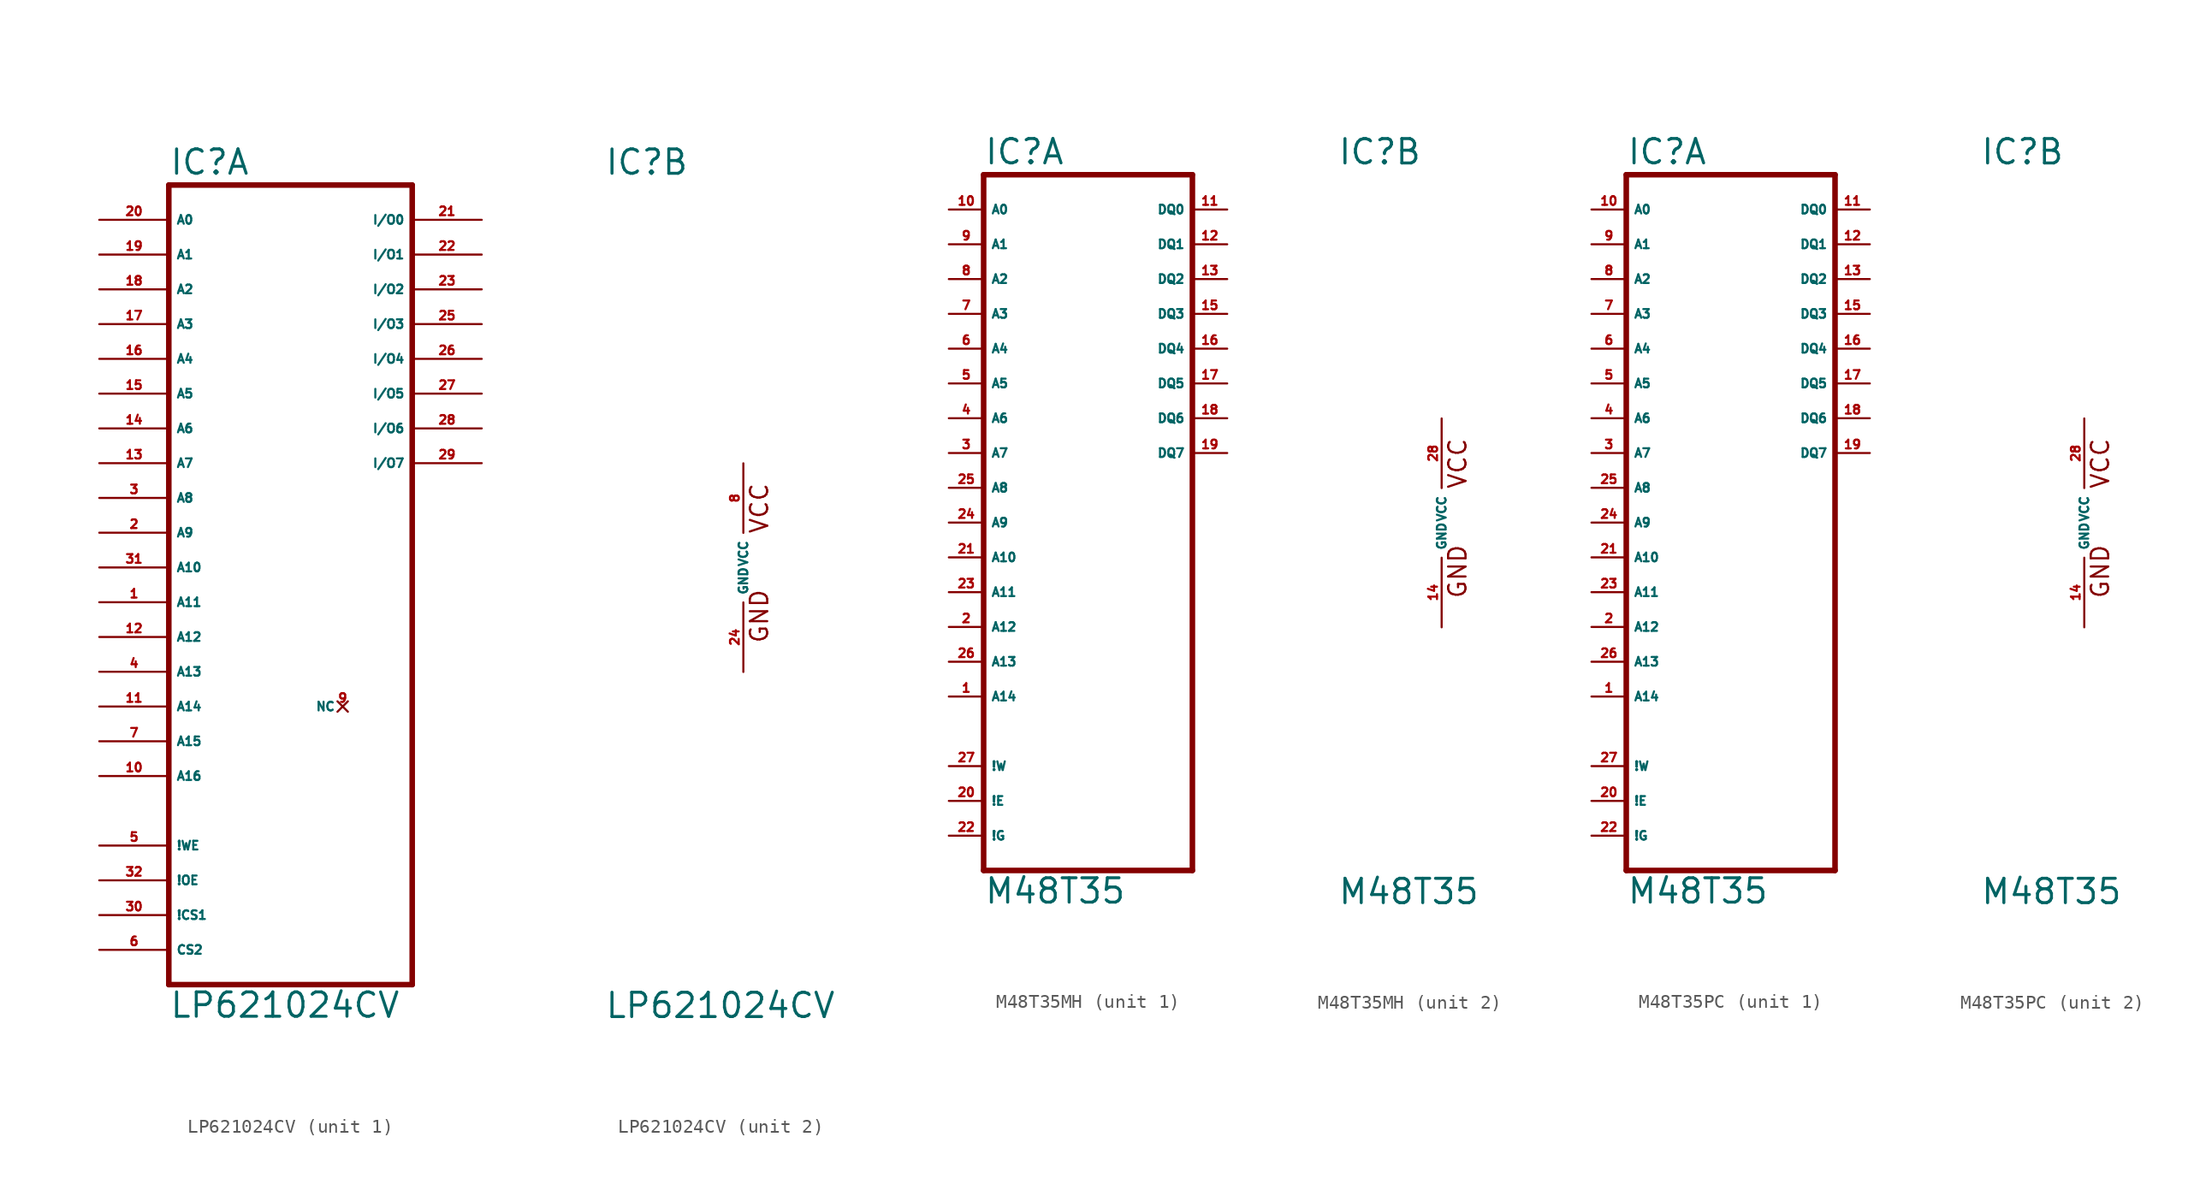
<source format=kicad_sym>
(kicad_symbol_lib
  (version 20220914)
  (generator Eagle2Kicad)
  (symbol "LP621024CV"
    (property "Reference" "IC"
      (at -10.16 28.575 0)
      (effects (font (size 1.778 1.778) (thickness 0.22)) (justify left bottom)))
    (property "Value" "LP621024CV"
      (at -10.16 -33.02 0)
      (effects (font (size 1.778 1.778) (thickness 0.22)) (justify left bottom)))
    (symbol "LP621024CV_1_0"
      (polyline (pts (xy -10.16 -30.48) (xy 7.62 -30.48)) (stroke (width 0.406) (type default)) (fill (type none)))
      (polyline (pts (xy 7.62 27.94) (xy 7.62 -30.48)) (stroke (width 0.406) (type default)) (fill (type none)))
      (polyline (pts (xy 7.62 27.94) (xy -10.16 27.94)) (stroke (width 0.406) (type default)) (fill (type none)))
      (polyline (pts (xy -10.16 -30.48) (xy -10.16 27.94)) (stroke (width 0.406) (type default)) (fill (type none)))
      (pin input line (at -15.24 25.4 0) (length 5.08) (name "A0" (effects (font (size 0.635 0.635) (thickness 0.08)) (justify left bottom))) (number "20" (effects (font (size 0.635 0.635) (thickness 0.08)) (justify left bottom))))
      (pin input line (at -15.24 22.86 0) (length 5.08) (name "A1" (effects (font (size 0.635 0.635) (thickness 0.08)) (justify left bottom))) (number "19" (effects (font (size 0.635 0.635) (thickness 0.08)) (justify left bottom))))
      (pin input line (at -15.24 20.32 0) (length 5.08) (name "A2" (effects (font (size 0.635 0.635) (thickness 0.08)) (justify left bottom))) (number "18" (effects (font (size 0.635 0.635) (thickness 0.08)) (justify left bottom))))
      (pin input line (at -15.24 17.78 0) (length 5.08) (name "A3" (effects (font (size 0.635 0.635) (thickness 0.08)) (justify left bottom))) (number "17" (effects (font (size 0.635 0.635) (thickness 0.08)) (justify left bottom))))
      (pin input line (at -15.24 15.24 0) (length 5.08) (name "A4" (effects (font (size 0.635 0.635) (thickness 0.08)) (justify left bottom))) (number "16" (effects (font (size 0.635 0.635) (thickness 0.08)) (justify left bottom))))
      (pin input line (at -15.24 12.7 0) (length 5.08) (name "A5" (effects (font (size 0.635 0.635) (thickness 0.08)) (justify left bottom))) (number "15" (effects (font (size 0.635 0.635) (thickness 0.08)) (justify left bottom))))
      (pin input line (at -15.24 10.16 0) (length 5.08) (name "A6" (effects (font (size 0.635 0.635) (thickness 0.08)) (justify left bottom))) (number "14" (effects (font (size 0.635 0.635) (thickness 0.08)) (justify left bottom))))
      (pin input line (at -15.24 7.62 0) (length 5.08) (name "A7" (effects (font (size 0.635 0.635) (thickness 0.08)) (justify left bottom))) (number "13" (effects (font (size 0.635 0.635) (thickness 0.08)) (justify left bottom))))
      (pin input line (at -15.24 5.08 0) (length 5.08) (name "A8" (effects (font (size 0.635 0.635) (thickness 0.08)) (justify left bottom))) (number "3" (effects (font (size 0.635 0.635) (thickness 0.08)) (justify left bottom))))
      (pin input line (at -15.24 2.54 0) (length 5.08) (name "A9" (effects (font (size 0.635 0.635) (thickness 0.08)) (justify left bottom))) (number "2" (effects (font (size 0.635 0.635) (thickness 0.08)) (justify left bottom))))
      (pin input line (at -15.24 0 0) (length 5.08) (name "A10" (effects (font (size 0.635 0.635) (thickness 0.08)) (justify left bottom))) (number "31" (effects (font (size 0.635 0.635) (thickness 0.08)) (justify left bottom))))
      (pin input line (at -15.24 -2.54 0) (length 5.08) (name "A11" (effects (font (size 0.635 0.635) (thickness 0.08)) (justify left bottom))) (number "1" (effects (font (size 0.635 0.635) (thickness 0.08)) (justify left bottom))))
      (pin input line (at -15.24 -5.08 0) (length 5.08) (name "A12" (effects (font (size 0.635 0.635) (thickness 0.08)) (justify left bottom))) (number "12" (effects (font (size 0.635 0.635) (thickness 0.08)) (justify left bottom))))
      (pin input line (at -15.24 -7.62 0) (length 5.08) (name "A13" (effects (font (size 0.635 0.635) (thickness 0.08)) (justify left bottom))) (number "4" (effects (font (size 0.635 0.635) (thickness 0.08)) (justify left bottom))))
      (pin input line (at -15.24 -10.16 0) (length 5.08) (name "A14" (effects (font (size 0.635 0.635) (thickness 0.08)) (justify left bottom))) (number "11" (effects (font (size 0.635 0.635) (thickness 0.08)) (justify left bottom))))
      (pin input line (at -15.24 -12.7 0) (length 5.08) (name "A15" (effects (font (size 0.635 0.635) (thickness 0.08)) (justify left bottom))) (number "7" (effects (font (size 0.635 0.635) (thickness 0.08)) (justify left bottom))))
      (pin input line (at -15.24 -15.24 0) (length 5.08) (name "A16" (effects (font (size 0.635 0.635) (thickness 0.08)) (justify left bottom))) (number "10" (effects (font (size 0.635 0.635) (thickness 0.08)) (justify left bottom))))
      (pin input line (at -15.24 -20.32 0) (length 5.08) (name "!WE" (effects (font (size 0.635 0.635) (thickness 0.08)) (justify left bottom))) (number "5" (effects (font (size 0.635 0.635) (thickness 0.08)) (justify left bottom))))
      (pin input line (at -15.24 -22.86 0) (length 5.08) (name "!OE" (effects (font (size 0.635 0.635) (thickness 0.08)) (justify left bottom))) (number "32" (effects (font (size 0.635 0.635) (thickness 0.08)) (justify left bottom))))
      (pin input line (at -15.24 -25.4 0) (length 5.08) (name "!CS1" (effects (font (size 0.635 0.635) (thickness 0.08)) (justify left bottom))) (number "30" (effects (font (size 0.635 0.635) (thickness 0.08)) (justify left bottom))))
      (pin bidirectional line (at 12.7 25.4 180) (length 5.08) (name "I/O0" (effects (font (size 0.635 0.635) (thickness 0.08)) (justify left bottom))) (number "21" (effects (font (size 0.635 0.635) (thickness 0.08)) (justify left bottom))))
      (pin bidirectional line (at 12.7 22.86 180) (length 5.08) (name "I/O1" (effects (font (size 0.635 0.635) (thickness 0.08)) (justify left bottom))) (number "22" (effects (font (size 0.635 0.635) (thickness 0.08)) (justify left bottom))))
      (pin bidirectional line (at 12.7 20.32 180) (length 5.08) (name "I/O2" (effects (font (size 0.635 0.635) (thickness 0.08)) (justify left bottom))) (number "23" (effects (font (size 0.635 0.635) (thickness 0.08)) (justify left bottom))))
      (pin bidirectional line (at 12.7 17.78 180) (length 5.08) (name "I/O3" (effects (font (size 0.635 0.635) (thickness 0.08)) (justify left bottom))) (number "25" (effects (font (size 0.635 0.635) (thickness 0.08)) (justify left bottom))))
      (pin bidirectional line (at 12.7 15.24 180) (length 5.08) (name "I/O4" (effects (font (size 0.635 0.635) (thickness 0.08)) (justify left bottom))) (number "26" (effects (font (size 0.635 0.635) (thickness 0.08)) (justify left bottom))))
      (pin bidirectional line (at 12.7 12.7 180) (length 5.08) (name "I/O5" (effects (font (size 0.635 0.635) (thickness 0.08)) (justify left bottom))) (number "27" (effects (font (size 0.635 0.635) (thickness 0.08)) (justify left bottom))))
      (pin bidirectional line (at 12.7 10.16 180) (length 5.08) (name "I/O6" (effects (font (size 0.635 0.635) (thickness 0.08)) (justify left bottom))) (number "28" (effects (font (size 0.635 0.635) (thickness 0.08)) (justify left bottom))))
      (pin bidirectional line (at 12.7 7.62 180) (length 5.08) (name "I/O7" (effects (font (size 0.635 0.635) (thickness 0.08)) (justify left bottom))) (number "29" (effects (font (size 0.635 0.635) (thickness 0.08)) (justify left bottom))))
      (pin no_connect line (at 2.54 -10.16 180) (length 0) (name "NC" (effects (font (size 0.635 0.635) (thickness 0.08)) (justify left bottom) hide)) (number "9" (effects (font (size 0.635 0.635) (thickness 0.08)) (justify left bottom) hide)))
      (pin input line (at -15.24 -27.94 0) (length 5.08) (name "CS2" (effects (font (size 0.635 0.635) (thickness 0.08)) (justify left bottom))) (number "6" (effects (font (size 0.635 0.635) (thickness 0.08)) (justify left bottom)))))
    (symbol "LP621024CV_2_0"
      (text "GND" (at 1.905 -5.588 900) (effects (font (size 1.27 1.27) (thickness 0.16)) (justify left bottom)))
      (text "VCC" (at 1.905 2.413 900) (effects (font (size 1.27 1.27) (thickness 0.16)) (justify left bottom)))
      (pin unspecified line (at 0 -7.62 90) (length 5.08) (name "GND" (effects (font (size 0.635 0.635) (thickness 0.08)) (justify left bottom))) (number "24" (effects (font (size 0.635 0.635) (thickness 0.08)) (justify left bottom))))
      (pin unspecified line (at 0 7.62 270) (length 5.08) (name "VCC" (effects (font (size 0.635 0.635) (thickness 0.08)) (justify left bottom))) (number "8" (effects (font (size 0.635 0.635) (thickness 0.08)) (justify left bottom))))))
  (symbol "M48T35MH"
    (property "Reference" "IC"
      (at -7.62 26.035 0)
      (effects (font (size 1.778 1.778) (thickness 0.22)) (justify left bottom)))
    (property "Value" "M48T35"
      (at -7.62 -27.94 0)
      (effects (font (size 1.778 1.778) (thickness 0.22)) (justify left bottom)))
    (symbol "M48T35MH_1_0"
      (polyline (pts (xy -7.62 -25.4) (xy 7.62 -25.4)) (stroke (width 0.406) (type default)) (fill (type none)))
      (polyline (pts (xy 7.62 25.4) (xy 7.62 -25.4)) (stroke (width 0.406) (type default)) (fill (type none)))
      (polyline (pts (xy 7.62 25.4) (xy -7.62 25.4)) (stroke (width 0.406) (type default)) (fill (type none)))
      (polyline (pts (xy -7.62 -25.4) (xy -7.62 25.4)) (stroke (width 0.406) (type default)) (fill (type none)))
      (pin input line (at -10.16 22.86 0) (length 2.54) (name "A0" (effects (font (size 0.635 0.635) (thickness 0.08)) (justify left bottom))) (number "10" (effects (font (size 0.635 0.635) (thickness 0.08)) (justify left bottom))))
      (pin input line (at -10.16 20.32 0) (length 2.54) (name "A1" (effects (font (size 0.635 0.635) (thickness 0.08)) (justify left bottom))) (number "9" (effects (font (size 0.635 0.635) (thickness 0.08)) (justify left bottom))))
      (pin input line (at -10.16 17.78 0) (length 2.54) (name "A2" (effects (font (size 0.635 0.635) (thickness 0.08)) (justify left bottom))) (number "8" (effects (font (size 0.635 0.635) (thickness 0.08)) (justify left bottom))))
      (pin input line (at -10.16 15.24 0) (length 2.54) (name "A3" (effects (font (size 0.635 0.635) (thickness 0.08)) (justify left bottom))) (number "7" (effects (font (size 0.635 0.635) (thickness 0.08)) (justify left bottom))))
      (pin input line (at -10.16 12.7 0) (length 2.54) (name "A4" (effects (font (size 0.635 0.635) (thickness 0.08)) (justify left bottom))) (number "6" (effects (font (size 0.635 0.635) (thickness 0.08)) (justify left bottom))))
      (pin input line (at -10.16 10.16 0) (length 2.54) (name "A5" (effects (font (size 0.635 0.635) (thickness 0.08)) (justify left bottom))) (number "5" (effects (font (size 0.635 0.635) (thickness 0.08)) (justify left bottom))))
      (pin input line (at -10.16 7.62 0) (length 2.54) (name "A6" (effects (font (size 0.635 0.635) (thickness 0.08)) (justify left bottom))) (number "4" (effects (font (size 0.635 0.635) (thickness 0.08)) (justify left bottom))))
      (pin input line (at -10.16 5.08 0) (length 2.54) (name "A7" (effects (font (size 0.635 0.635) (thickness 0.08)) (justify left bottom))) (number "3" (effects (font (size 0.635 0.635) (thickness 0.08)) (justify left bottom))))
      (pin input line (at -10.16 2.54 0) (length 2.54) (name "A8" (effects (font (size 0.635 0.635) (thickness 0.08)) (justify left bottom))) (number "25" (effects (font (size 0.635 0.635) (thickness 0.08)) (justify left bottom))))
      (pin input line (at -10.16 0 0) (length 2.54) (name "A9" (effects (font (size 0.635 0.635) (thickness 0.08)) (justify left bottom))) (number "24" (effects (font (size 0.635 0.635) (thickness 0.08)) (justify left bottom))))
      (pin input line (at -10.16 -2.54 0) (length 2.54) (name "A10" (effects (font (size 0.635 0.635) (thickness 0.08)) (justify left bottom))) (number "21" (effects (font (size 0.635 0.635) (thickness 0.08)) (justify left bottom))))
      (pin input line (at -10.16 -5.08 0) (length 2.54) (name "A11" (effects (font (size 0.635 0.635) (thickness 0.08)) (justify left bottom))) (number "23" (effects (font (size 0.635 0.635) (thickness 0.08)) (justify left bottom))))
      (pin input line (at -10.16 -7.62 0) (length 2.54) (name "A12" (effects (font (size 0.635 0.635) (thickness 0.08)) (justify left bottom))) (number "2" (effects (font (size 0.635 0.635) (thickness 0.08)) (justify left bottom))))
      (pin input line (at -10.16 -10.16 0) (length 2.54) (name "A13" (effects (font (size 0.635 0.635) (thickness 0.08)) (justify left bottom))) (number "26" (effects (font (size 0.635 0.635) (thickness 0.08)) (justify left bottom))))
      (pin input line (at -10.16 -12.7 0) (length 2.54) (name "A14" (effects (font (size 0.635 0.635) (thickness 0.08)) (justify left bottom))) (number "1" (effects (font (size 0.635 0.635) (thickness 0.08)) (justify left bottom))))
      (pin input line (at -10.16 -17.78 0) (length 2.54) (name "!W" (effects (font (size 0.635 0.635) (thickness 0.08)) (justify left bottom))) (number "27" (effects (font (size 0.635 0.635) (thickness 0.08)) (justify left bottom))))
      (pin input line (at -10.16 -20.32 0) (length 2.54) (name "!E" (effects (font (size 0.635 0.635) (thickness 0.08)) (justify left bottom))) (number "20" (effects (font (size 0.635 0.635) (thickness 0.08)) (justify left bottom))))
      (pin input line (at -10.16 -22.86 0) (length 2.54) (name "!G" (effects (font (size 0.635 0.635) (thickness 0.08)) (justify left bottom))) (number "22" (effects (font (size 0.635 0.635) (thickness 0.08)) (justify left bottom))))
      (pin bidirectional line (at 10.16 22.86 180) (length 2.54) (name "DQ0" (effects (font (size 0.635 0.635) (thickness 0.08)) (justify left bottom))) (number "11" (effects (font (size 0.635 0.635) (thickness 0.08)) (justify left bottom))))
      (pin bidirectional line (at 10.16 20.32 180) (length 2.54) (name "DQ1" (effects (font (size 0.635 0.635) (thickness 0.08)) (justify left bottom))) (number "12" (effects (font (size 0.635 0.635) (thickness 0.08)) (justify left bottom))))
      (pin bidirectional line (at 10.16 17.78 180) (length 2.54) (name "DQ2" (effects (font (size 0.635 0.635) (thickness 0.08)) (justify left bottom))) (number "13" (effects (font (size 0.635 0.635) (thickness 0.08)) (justify left bottom))))
      (pin bidirectional line (at 10.16 15.24 180) (length 2.54) (name "DQ3" (effects (font (size 0.635 0.635) (thickness 0.08)) (justify left bottom))) (number "15" (effects (font (size 0.635 0.635) (thickness 0.08)) (justify left bottom))))
      (pin bidirectional line (at 10.16 12.7 180) (length 2.54) (name "DQ4" (effects (font (size 0.635 0.635) (thickness 0.08)) (justify left bottom))) (number "16" (effects (font (size 0.635 0.635) (thickness 0.08)) (justify left bottom))))
      (pin bidirectional line (at 10.16 10.16 180) (length 2.54) (name "DQ5" (effects (font (size 0.635 0.635) (thickness 0.08)) (justify left bottom))) (number "17" (effects (font (size 0.635 0.635) (thickness 0.08)) (justify left bottom))))
      (pin bidirectional line (at 10.16 7.62 180) (length 2.54) (name "DQ6" (effects (font (size 0.635 0.635) (thickness 0.08)) (justify left bottom))) (number "18" (effects (font (size 0.635 0.635) (thickness 0.08)) (justify left bottom))))
      (pin bidirectional line (at 10.16 5.08 180) (length 2.54) (name "DQ7" (effects (font (size 0.635 0.635) (thickness 0.08)) (justify left bottom))) (number "19" (effects (font (size 0.635 0.635) (thickness 0.08)) (justify left bottom)))))
    (symbol "M48T35MH_2_0"
      (text "GND" (at 1.905 -5.588 900) (effects (font (size 1.27 1.27) (thickness 0.16)) (justify left bottom)))
      (text "VCC" (at 1.905 2.413 900) (effects (font (size 1.27 1.27) (thickness 0.16)) (justify left bottom)))
      (pin unspecified line (at 0 -7.62 90) (length 5.08) (name "GND" (effects (font (size 0.635 0.635) (thickness 0.08)) (justify left bottom))) (number "14" (effects (font (size 0.635 0.635) (thickness 0.08)) (justify left bottom))))
      (pin unspecified line (at 0 7.62 270) (length 5.08) (name "VCC" (effects (font (size 0.635 0.635) (thickness 0.08)) (justify left bottom))) (number "28" (effects (font (size 0.635 0.635) (thickness 0.08)) (justify left bottom))))))
  (symbol "M48T35PC"
    (property "Reference" "IC"
      (at -7.62 26.035 0)
      (effects (font (size 1.778 1.778) (thickness 0.22)) (justify left bottom)))
    (property "Value" "M48T35"
      (at -7.62 -27.94 0)
      (effects (font (size 1.778 1.778) (thickness 0.22)) (justify left bottom)))
    (symbol "M48T35PC_1_0"
      (polyline (pts (xy -7.62 -25.4) (xy 7.62 -25.4)) (stroke (width 0.406) (type default)) (fill (type none)))
      (polyline (pts (xy 7.62 25.4) (xy 7.62 -25.4)) (stroke (width 0.406) (type default)) (fill (type none)))
      (polyline (pts (xy 7.62 25.4) (xy -7.62 25.4)) (stroke (width 0.406) (type default)) (fill (type none)))
      (polyline (pts (xy -7.62 -25.4) (xy -7.62 25.4)) (stroke (width 0.406) (type default)) (fill (type none)))
      (pin input line (at -10.16 22.86 0) (length 2.54) (name "A0" (effects (font (size 0.635 0.635) (thickness 0.08)) (justify left bottom))) (number "10" (effects (font (size 0.635 0.635) (thickness 0.08)) (justify left bottom))))
      (pin input line (at -10.16 20.32 0) (length 2.54) (name "A1" (effects (font (size 0.635 0.635) (thickness 0.08)) (justify left bottom))) (number "9" (effects (font (size 0.635 0.635) (thickness 0.08)) (justify left bottom))))
      (pin input line (at -10.16 17.78 0) (length 2.54) (name "A2" (effects (font (size 0.635 0.635) (thickness 0.08)) (justify left bottom))) (number "8" (effects (font (size 0.635 0.635) (thickness 0.08)) (justify left bottom))))
      (pin input line (at -10.16 15.24 0) (length 2.54) (name "A3" (effects (font (size 0.635 0.635) (thickness 0.08)) (justify left bottom))) (number "7" (effects (font (size 0.635 0.635) (thickness 0.08)) (justify left bottom))))
      (pin input line (at -10.16 12.7 0) (length 2.54) (name "A4" (effects (font (size 0.635 0.635) (thickness 0.08)) (justify left bottom))) (number "6" (effects (font (size 0.635 0.635) (thickness 0.08)) (justify left bottom))))
      (pin input line (at -10.16 10.16 0) (length 2.54) (name "A5" (effects (font (size 0.635 0.635) (thickness 0.08)) (justify left bottom))) (number "5" (effects (font (size 0.635 0.635) (thickness 0.08)) (justify left bottom))))
      (pin input line (at -10.16 7.62 0) (length 2.54) (name "A6" (effects (font (size 0.635 0.635) (thickness 0.08)) (justify left bottom))) (number "4" (effects (font (size 0.635 0.635) (thickness 0.08)) (justify left bottom))))
      (pin input line (at -10.16 5.08 0) (length 2.54) (name "A7" (effects (font (size 0.635 0.635) (thickness 0.08)) (justify left bottom))) (number "3" (effects (font (size 0.635 0.635) (thickness 0.08)) (justify left bottom))))
      (pin input line (at -10.16 2.54 0) (length 2.54) (name "A8" (effects (font (size 0.635 0.635) (thickness 0.08)) (justify left bottom))) (number "25" (effects (font (size 0.635 0.635) (thickness 0.08)) (justify left bottom))))
      (pin input line (at -10.16 0 0) (length 2.54) (name "A9" (effects (font (size 0.635 0.635) (thickness 0.08)) (justify left bottom))) (number "24" (effects (font (size 0.635 0.635) (thickness 0.08)) (justify left bottom))))
      (pin input line (at -10.16 -2.54 0) (length 2.54) (name "A10" (effects (font (size 0.635 0.635) (thickness 0.08)) (justify left bottom))) (number "21" (effects (font (size 0.635 0.635) (thickness 0.08)) (justify left bottom))))
      (pin input line (at -10.16 -5.08 0) (length 2.54) (name "A11" (effects (font (size 0.635 0.635) (thickness 0.08)) (justify left bottom))) (number "23" (effects (font (size 0.635 0.635) (thickness 0.08)) (justify left bottom))))
      (pin input line (at -10.16 -7.62 0) (length 2.54) (name "A12" (effects (font (size 0.635 0.635) (thickness 0.08)) (justify left bottom))) (number "2" (effects (font (size 0.635 0.635) (thickness 0.08)) (justify left bottom))))
      (pin input line (at -10.16 -10.16 0) (length 2.54) (name "A13" (effects (font (size 0.635 0.635) (thickness 0.08)) (justify left bottom))) (number "26" (effects (font (size 0.635 0.635) (thickness 0.08)) (justify left bottom))))
      (pin input line (at -10.16 -12.7 0) (length 2.54) (name "A14" (effects (font (size 0.635 0.635) (thickness 0.08)) (justify left bottom))) (number "1" (effects (font (size 0.635 0.635) (thickness 0.08)) (justify left bottom))))
      (pin input line (at -10.16 -17.78 0) (length 2.54) (name "!W" (effects (font (size 0.635 0.635) (thickness 0.08)) (justify left bottom))) (number "27" (effects (font (size 0.635 0.635) (thickness 0.08)) (justify left bottom))))
      (pin input line (at -10.16 -20.32 0) (length 2.54) (name "!E" (effects (font (size 0.635 0.635) (thickness 0.08)) (justify left bottom))) (number "20" (effects (font (size 0.635 0.635) (thickness 0.08)) (justify left bottom))))
      (pin input line (at -10.16 -22.86 0) (length 2.54) (name "!G" (effects (font (size 0.635 0.635) (thickness 0.08)) (justify left bottom))) (number "22" (effects (font (size 0.635 0.635) (thickness 0.08)) (justify left bottom))))
      (pin bidirectional line (at 10.16 22.86 180) (length 2.54) (name "DQ0" (effects (font (size 0.635 0.635) (thickness 0.08)) (justify left bottom))) (number "11" (effects (font (size 0.635 0.635) (thickness 0.08)) (justify left bottom))))
      (pin bidirectional line (at 10.16 20.32 180) (length 2.54) (name "DQ1" (effects (font (size 0.635 0.635) (thickness 0.08)) (justify left bottom))) (number "12" (effects (font (size 0.635 0.635) (thickness 0.08)) (justify left bottom))))
      (pin bidirectional line (at 10.16 17.78 180) (length 2.54) (name "DQ2" (effects (font (size 0.635 0.635) (thickness 0.08)) (justify left bottom))) (number "13" (effects (font (size 0.635 0.635) (thickness 0.08)) (justify left bottom))))
      (pin bidirectional line (at 10.16 15.24 180) (length 2.54) (name "DQ3" (effects (font (size 0.635 0.635) (thickness 0.08)) (justify left bottom))) (number "15" (effects (font (size 0.635 0.635) (thickness 0.08)) (justify left bottom))))
      (pin bidirectional line (at 10.16 12.7 180) (length 2.54) (name "DQ4" (effects (font (size 0.635 0.635) (thickness 0.08)) (justify left bottom))) (number "16" (effects (font (size 0.635 0.635) (thickness 0.08)) (justify left bottom))))
      (pin bidirectional line (at 10.16 10.16 180) (length 2.54) (name "DQ5" (effects (font (size 0.635 0.635) (thickness 0.08)) (justify left bottom))) (number "17" (effects (font (size 0.635 0.635) (thickness 0.08)) (justify left bottom))))
      (pin bidirectional line (at 10.16 7.62 180) (length 2.54) (name "DQ6" (effects (font (size 0.635 0.635) (thickness 0.08)) (justify left bottom))) (number "18" (effects (font (size 0.635 0.635) (thickness 0.08)) (justify left bottom))))
      (pin bidirectional line (at 10.16 5.08 180) (length 2.54) (name "DQ7" (effects (font (size 0.635 0.635) (thickness 0.08)) (justify left bottom))) (number "19" (effects (font (size 0.635 0.635) (thickness 0.08)) (justify left bottom)))))
    (symbol "M48T35PC_2_0"
      (text "GND" (at 1.905 -5.588 900) (effects (font (size 1.27 1.27) (thickness 0.16)) (justify left bottom)))
      (text "VCC" (at 1.905 2.413 900) (effects (font (size 1.27 1.27) (thickness 0.16)) (justify left bottom)))
      (pin unspecified line (at 0 -7.62 90) (length 5.08) (name "GND" (effects (font (size 0.635 0.635) (thickness 0.08)) (justify left bottom))) (number "14" (effects (font (size 0.635 0.635) (thickness 0.08)) (justify left bottom))))
      (pin unspecified line (at 0 7.62 270) (length 5.08) (name "VCC" (effects (font (size 0.635 0.635) (thickness 0.08)) (justify left bottom))) (number "28" (effects (font (size 0.635 0.635) (thickness 0.08)) (justify left bottom)))))))
</source>
